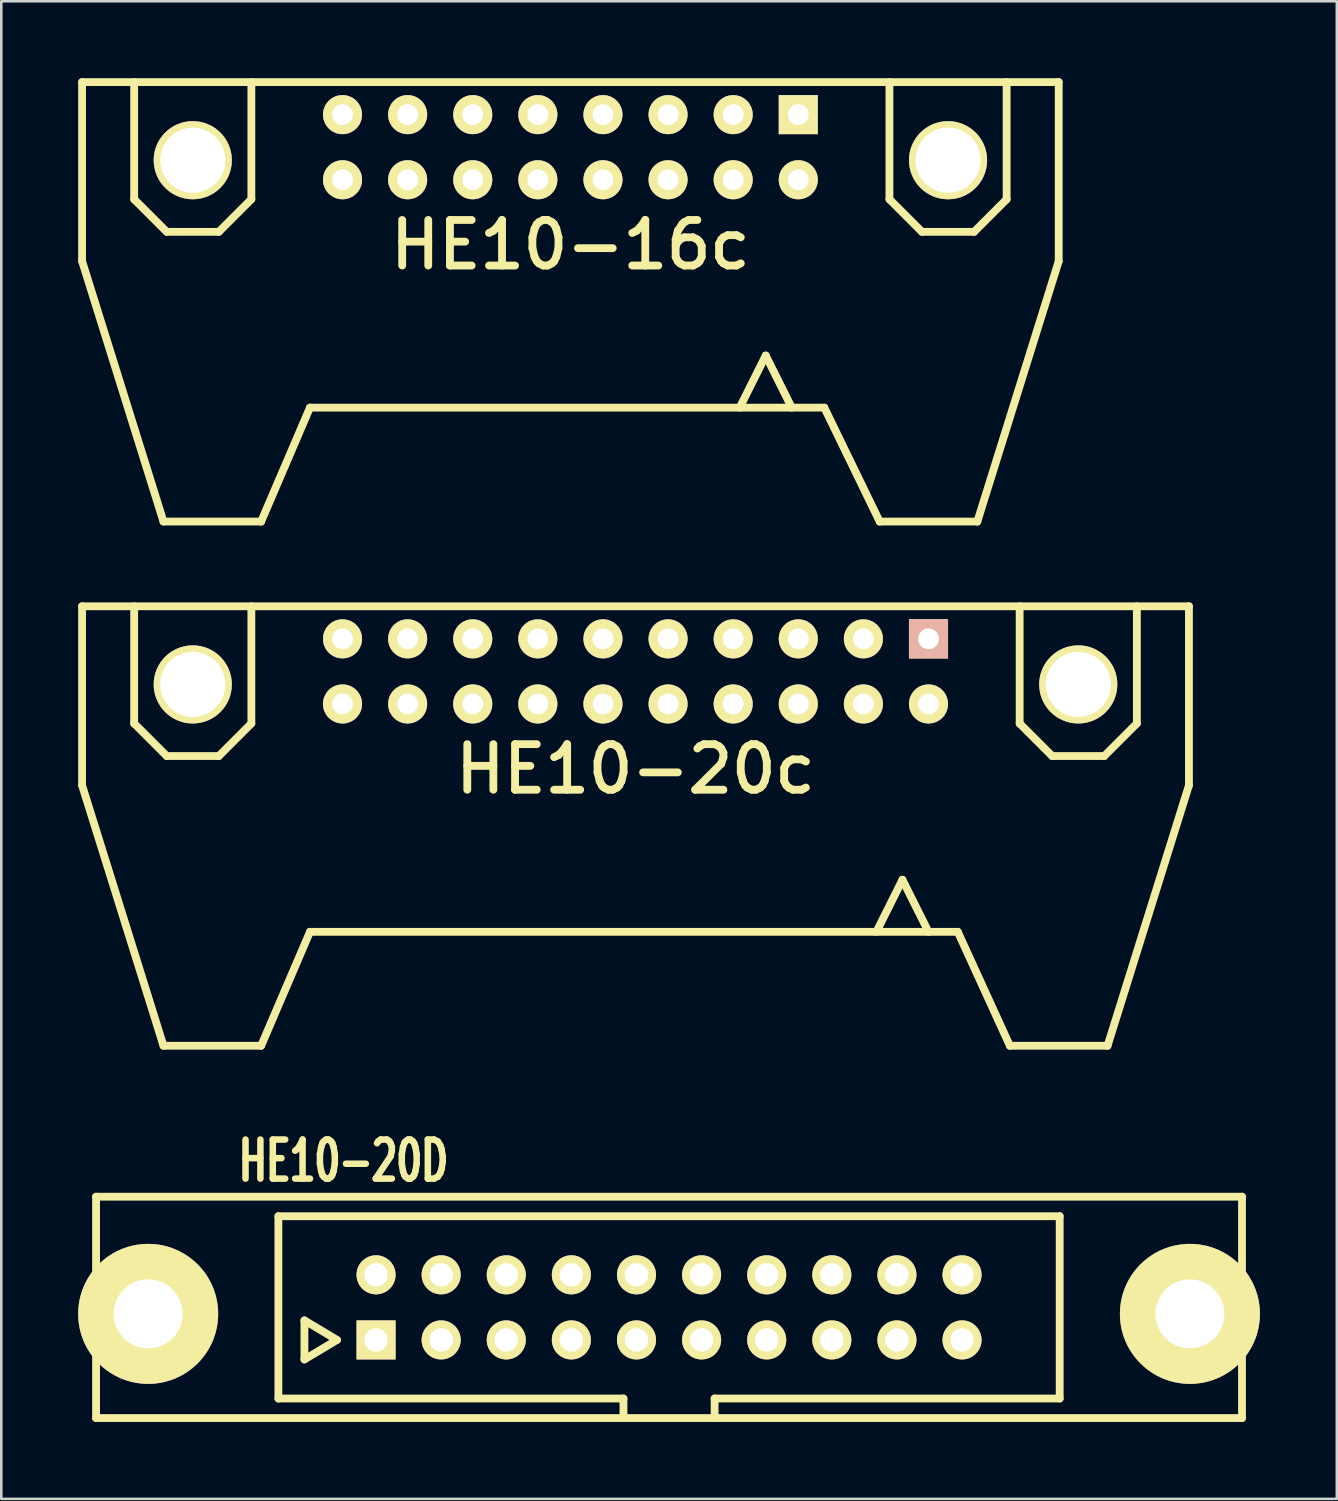
<source format=kicad_pcb>
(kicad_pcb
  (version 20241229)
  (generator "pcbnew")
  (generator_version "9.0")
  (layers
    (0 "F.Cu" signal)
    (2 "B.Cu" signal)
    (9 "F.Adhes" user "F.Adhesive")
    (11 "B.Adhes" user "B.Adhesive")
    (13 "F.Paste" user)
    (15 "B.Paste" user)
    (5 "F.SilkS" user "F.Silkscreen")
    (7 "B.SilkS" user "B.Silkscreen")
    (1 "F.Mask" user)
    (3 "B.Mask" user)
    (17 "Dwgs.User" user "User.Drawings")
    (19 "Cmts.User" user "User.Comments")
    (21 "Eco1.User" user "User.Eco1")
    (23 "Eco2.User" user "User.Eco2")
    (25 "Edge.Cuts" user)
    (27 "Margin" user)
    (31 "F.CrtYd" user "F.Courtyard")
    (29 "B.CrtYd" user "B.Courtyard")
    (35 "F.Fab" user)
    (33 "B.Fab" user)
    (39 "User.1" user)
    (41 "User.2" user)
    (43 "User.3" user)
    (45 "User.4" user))
  (footprint "HE10-20D"
    (layer "F.Cu")
    (at 23.05 47.952)
    (property "Reference" "HE10-20D" (at -12.7 -5.715 0) (layer "F.SilkS") (effects (font (size 1.524 1.016) (thickness 0.254))))
    (attr through_hole)
    (fp_line (start -22.352 -4.318) (end -22.352 4.318) (stroke (width 0.305) (type solid)) (layer "F.SilkS"))
    (fp_line (start -22.352 4.318) (end 22.352 4.318) (stroke (width 0.305) (type solid)) (layer "F.SilkS"))
    (fp_line (start -15.24 -3.556) (end 15.24 -3.556) (stroke (width 0.305) (type solid)) (layer "F.SilkS"))
    (fp_line (start -15.24 3.556) (end -15.24 -3.556) (stroke (width 0.305) (type solid)) (layer "F.SilkS"))
    (fp_line (start -14.224 0.508) (end -14.224 2.032) (stroke (width 0.305) (type solid)) (layer "F.SilkS"))
    (fp_line (start -14.224 2.032) (end -12.954 1.27) (stroke (width 0.305) (type solid)) (layer "F.SilkS"))
    (fp_line (start -12.954 1.27) (end -14.224 0.508) (stroke (width 0.305) (type solid)) (layer "F.SilkS"))
    (fp_line (start -1.778 3.556) (end -15.24 3.556) (stroke (width 0.305) (type solid)) (layer "F.SilkS"))
    (fp_line (start -1.778 4.318) (end -1.778 3.556) (stroke (width 0.305) (type solid)) (layer "F.SilkS"))
    (fp_line (start 1.778 3.556) (end 1.778 4.318) (stroke (width 0.305) (type solid)) (layer "F.SilkS"))
    (fp_line (start 15.24 -3.556) (end 15.24 3.556) (stroke (width 0.305) (type solid)) (layer "F.SilkS"))
    (fp_line (start 15.24 3.556) (end 1.778 3.556) (stroke (width 0.305) (type solid)) (layer "F.SilkS"))
    (fp_line (start 22.352 -4.318) (end -22.352 -4.318) (stroke (width 0.305) (type solid)) (layer "F.SilkS"))
    (fp_line (start 22.352 4.318) (end 22.352 -4.318) (stroke (width 0.305) (type solid)) (layer "F.SilkS"))
    (pad "" thru_hole circle (at -20.32 0.254) (size 5.461 5.461) (drill 2.692) (layers "*.Cu" "*.Mask" "F.SilkS"))
    (pad "" thru_hole circle (at 20.32 0.254) (size 5.461 5.461) (drill 2.692) (layers "*.Cu" "*.Mask" "F.SilkS"))
    (pad "1" thru_hole rect (at -11.43 1.27) (size 1.524 1.524) (drill 0.914) (layers "*.Cu" "*.Mask" "F.SilkS"))
    (pad "2" thru_hole circle (at -11.43 -1.27) (size 1.524 1.524) (drill 0.914) (layers "*.Cu" "*.Mask" "F.SilkS"))
    (pad "3" thru_hole circle (at -8.89 1.27) (size 1.524 1.524) (drill 0.914) (layers "*.Cu" "*.Mask" "F.SilkS"))
    (pad "4" thru_hole circle (at -8.89 -1.27) (size 1.524 1.524) (drill 0.914) (layers "*.Cu" "*.Mask" "F.SilkS"))
    (pad "5" thru_hole circle (at -6.35 1.27) (size 1.524 1.524) (drill 0.914) (layers "*.Cu" "*.Mask" "F.SilkS"))
    (pad "6" thru_hole circle (at -6.35 -1.27) (size 1.524 1.524) (drill 0.914) (layers "*.Cu" "*.Mask" "F.SilkS"))
    (pad "7" thru_hole circle (at -3.81 1.27) (size 1.524 1.524) (drill 0.914) (layers "*.Cu" "*.Mask" "F.SilkS"))
    (pad "8" thru_hole circle (at -3.81 -1.27) (size 1.524 1.524) (drill 0.914) (layers "*.Cu" "*.Mask" "F.SilkS"))
    (pad "9" thru_hole circle (at -1.27 1.27) (size 1.524 1.524) (drill 0.914) (layers "*.Cu" "*.Mask" "F.SilkS"))
    (pad "10" thru_hole circle (at -1.27 -1.27) (size 1.524 1.524) (drill 0.914) (layers "*.Cu" "*.Mask" "F.SilkS"))
    (pad "11" thru_hole circle (at 1.27 1.27) (size 1.524 1.524) (drill 0.914) (layers "*.Cu" "*.Mask" "F.SilkS"))
    (pad "12" thru_hole circle (at 1.27 -1.27) (size 1.524 1.524) (drill 0.914) (layers "*.Cu" "*.Mask" "F.SilkS"))
    (pad "13" thru_hole circle (at 3.81 1.27) (size 1.524 1.524) (drill 0.914) (layers "*.Cu" "*.Mask" "F.SilkS"))
    (pad "14" thru_hole circle (at 3.81 -1.27) (size 1.524 1.524) (drill 0.914) (layers "*.Cu" "*.Mask" "F.SilkS"))
    (pad "15" thru_hole circle (at 6.35 1.27) (size 1.524 1.524) (drill 0.914) (layers "*.Cu" "*.Mask" "F.SilkS"))
    (pad "16" thru_hole circle (at 6.35 -1.27) (size 1.524 1.524) (drill 0.914) (layers "*.Cu" "*.Mask" "F.SilkS"))
    (pad "17" thru_hole circle (at 8.89 1.27) (size 1.524 1.524) (drill 0.914) (layers "*.Cu" "*.Mask" "F.SilkS"))
    (pad "18" thru_hole circle (at 8.89 -1.27) (size 1.524 1.524) (drill 0.914) (layers "*.Cu" "*.Mask" "F.SilkS"))
    (pad "19" thru_hole circle (at 11.43 1.27) (size 1.524 1.524) (drill 0.914) (layers "*.Cu" "*.Mask" "F.SilkS"))
    (pad "20" thru_hole circle (at 11.43 -1.27) (size 1.524 1.524) (drill 0.914) (layers "*.Cu" "*.Mask" "F.SilkS")))
  (footprint "HE10-20c"
    (layer "F.Cu")
    (at 21.742 23.142)
    (property "Reference" "HE10-20c" (at 0 3.81 0) (layer "F.SilkS") (effects (font (size 1.778 1.778) (thickness 0.305))))
    (attr through_hole)
    (fp_line (start -21.59 -2.54) (end -21.59 4.445) (stroke (width 0.305) (type solid)) (layer "F.SilkS"))
    (fp_line (start -21.59 -2.54) (end 21.59 -2.54) (stroke (width 0.305) (type solid)) (layer "F.SilkS"))
    (fp_line (start -21.59 4.445) (end -18.415 14.605) (stroke (width 0.305) (type solid)) (layer "F.SilkS"))
    (fp_line (start -19.558 2.032) (end -19.558 -2.54) (stroke (width 0.305) (type solid)) (layer "F.SilkS"))
    (fp_line (start -18.415 14.605) (end -14.605 14.605) (stroke (width 0.305) (type solid)) (layer "F.SilkS"))
    (fp_line (start -18.288 3.302) (end -19.558 2.032) (stroke (width 0.305) (type solid)) (layer "F.SilkS"))
    (fp_line (start -16.256 3.302) (end -18.288 3.302) (stroke (width 0.305) (type solid)) (layer "F.SilkS"))
    (fp_line (start -14.986 -2.54) (end -14.986 2.032) (stroke (width 0.305) (type solid)) (layer "F.SilkS"))
    (fp_line (start -14.986 2.032) (end -16.256 3.302) (stroke (width 0.305) (type solid)) (layer "F.SilkS"))
    (fp_line (start -14.605 14.605) (end -12.7 10.16) (stroke (width 0.305) (type solid)) (layer "F.SilkS"))
    (fp_line (start -12.7 10.16) (end 12.573 10.16) (stroke (width 0.305) (type solid)) (layer "F.SilkS"))
    (fp_line (start 10.414 8.128) (end 9.398 10.16) (stroke (width 0.305) (type solid)) (layer "F.SilkS"))
    (fp_line (start 11.43 10.16) (end 10.414 8.128) (stroke (width 0.305) (type solid)) (layer "F.SilkS"))
    (fp_line (start 14.605 14.605) (end 12.573 10.16) (stroke (width 0.305) (type solid)) (layer "F.SilkS"))
    (fp_line (start 14.986 2.032) (end 14.986 -2.54) (stroke (width 0.305) (type solid)) (layer "F.SilkS"))
    (fp_line (start 16.256 3.302) (end 14.986 2.032) (stroke (width 0.305) (type solid)) (layer "F.SilkS"))
    (fp_line (start 18.288 3.302) (end 16.256 3.302) (stroke (width 0.305) (type solid)) (layer "F.SilkS"))
    (fp_line (start 18.415 14.605) (end 14.605 14.605) (stroke (width 0.305) (type solid)) (layer "F.SilkS"))
    (fp_line (start 19.558 -2.54) (end 19.558 2.032) (stroke (width 0.305) (type solid)) (layer "F.SilkS"))
    (fp_line (start 19.558 2.032) (end 18.288 3.302) (stroke (width 0.305) (type solid)) (layer "F.SilkS"))
    (fp_line (start 21.59 -2.54) (end 21.59 4.445) (stroke (width 0.305) (type solid)) (layer "F.SilkS"))
    (fp_line (start 21.59 4.445) (end 18.415 14.605) (stroke (width 0.305) (type solid)) (layer "F.SilkS"))
    (pad "0" thru_hole circle (at -17.272 0.508) (size 3.048 3.048) (drill 2.54) (layers "*.Cu" "*.Mask" "F.SilkS"))
    (pad "0" thru_hole circle (at 17.272 0.508) (size 3.048 3.048) (drill 2.54) (layers "*.Cu" "*.Mask" "F.SilkS"))
    (pad "1" thru_hole rect (at 11.43 -1.27) (size 1.524 1.524) (drill 0.813) (layers "*.Cu" "*.SilkS" "*.Mask"))
    (pad "2" thru_hole circle (at 11.43 1.27) (size 1.524 1.524) (drill 0.813) (layers "*.Cu" "*.Mask" "F.SilkS"))
    (pad "3" thru_hole circle (at 8.89 -1.27) (size 1.524 1.524) (drill 0.813) (layers "*.Cu" "*.Mask" "F.SilkS"))
    (pad "4" thru_hole circle (at 8.89 1.27) (size 1.524 1.524) (drill 0.813) (layers "*.Cu" "*.Mask" "F.SilkS"))
    (pad "5" thru_hole circle (at 6.35 -1.27) (size 1.524 1.524) (drill 0.813) (layers "*.Cu" "*.Mask" "F.SilkS"))
    (pad "6" thru_hole circle (at 6.35 1.27) (size 1.524 1.524) (drill 0.813) (layers "*.Cu" "*.Mask" "F.SilkS"))
    (pad "7" thru_hole circle (at 3.81 -1.27) (size 1.524 1.524) (drill 0.813) (layers "*.Cu" "*.Mask" "F.SilkS"))
    (pad "8" thru_hole circle (at 3.81 1.27) (size 1.524 1.524) (drill 0.813) (layers "*.Cu" "*.Mask" "F.SilkS"))
    (pad "9" thru_hole circle (at 1.27 -1.27) (size 1.524 1.524) (drill 0.813) (layers "*.Cu" "*.Mask" "F.SilkS"))
    (pad "10" thru_hole circle (at 1.27 1.27) (size 1.524 1.524) (drill 0.813) (layers "*.Cu" "*.Mask" "F.SilkS"))
    (pad "11" thru_hole circle (at -1.27 -1.27) (size 1.524 1.524) (drill 0.813) (layers "*.Cu" "*.Mask" "F.SilkS"))
    (pad "12" thru_hole circle (at -1.27 1.27) (size 1.524 1.524) (drill 0.813) (layers "*.Cu" "*.Mask" "F.SilkS"))
    (pad "13" thru_hole circle (at -3.81 -1.27) (size 1.524 1.524) (drill 0.813) (layers "*.Cu" "*.Mask" "F.SilkS"))
    (pad "14" thru_hole circle (at -3.81 1.27) (size 1.524 1.524) (drill 0.813) (layers "*.Cu" "*.Mask" "F.SilkS"))
    (pad "15" thru_hole circle (at -6.35 -1.27) (size 1.524 1.524) (drill 0.813) (layers "*.Cu" "*.Mask" "F.SilkS"))
    (pad "16" thru_hole circle (at -6.35 1.27) (size 1.524 1.524) (drill 0.813) (layers "*.Cu" "*.Mask" "F.SilkS"))
    (pad "17" thru_hole circle (at -8.89 -1.27) (size 1.524 1.524) (drill 0.813) (layers "*.Cu" "*.Mask" "F.SilkS"))
    (pad "18" thru_hole circle (at -8.89 1.27) (size 1.524 1.524) (drill 0.813) (layers "*.Cu" "*.Mask" "F.SilkS"))
    (pad "19" thru_hole circle (at -11.43 -1.27) (size 1.524 1.524) (drill 0.813) (layers "*.Cu" "*.Mask" "F.SilkS"))
    (pad "20" thru_hole circle (at -11.43 1.27) (size 1.524 1.524) (drill 0.813) (layers "*.Cu" "*.Mask" "F.SilkS")))
  (footprint "HE10-16c"
    (layer "F.Cu")
    (at 19.202 2.692)
    (property "Reference" "HE10-16c" (at 0 3.81 0) (layer "F.SilkS") (effects (font (size 1.778 1.778) (thickness 0.305))))
    (attr through_hole)
    (fp_line (start -19.05 -2.54) (end -19.05 4.445) (stroke (width 0.305) (type solid)) (layer "F.SilkS"))
    (fp_line (start -19.05 -2.54) (end 19.05 -2.54) (stroke (width 0.305) (type solid)) (layer "F.SilkS"))
    (fp_line (start -19.05 4.445) (end -15.875 14.605) (stroke (width 0.305) (type solid)) (layer "F.SilkS"))
    (fp_line (start -17.018 2.032) (end -17.018 -2.54) (stroke (width 0.305) (type solid)) (layer "F.SilkS"))
    (fp_line (start -15.875 14.605) (end -12.065 14.605) (stroke (width 0.305) (type solid)) (layer "F.SilkS"))
    (fp_line (start -15.748 3.302) (end -17.018 2.032) (stroke (width 0.305) (type solid)) (layer "F.SilkS"))
    (fp_line (start -13.716 3.302) (end -15.748 3.302) (stroke (width 0.305) (type solid)) (layer "F.SilkS"))
    (fp_line (start -12.446 -2.54) (end -12.446 2.032) (stroke (width 0.305) (type solid)) (layer "F.SilkS"))
    (fp_line (start -12.446 2.032) (end -13.716 3.302) (stroke (width 0.305) (type solid)) (layer "F.SilkS"))
    (fp_line (start -12.065 14.605) (end -10.16 10.16) (stroke (width 0.305) (type solid)) (layer "F.SilkS"))
    (fp_line (start -10.16 10.16) (end 9.906 10.16) (stroke (width 0.305) (type solid)) (layer "F.SilkS"))
    (fp_line (start 7.62 8.128) (end 6.604 10.16) (stroke (width 0.305) (type solid)) (layer "F.SilkS"))
    (fp_line (start 8.636 10.16) (end 7.62 8.128) (stroke (width 0.305) (type solid)) (layer "F.SilkS"))
    (fp_line (start 12.065 14.605) (end 9.906 10.16) (stroke (width 0.305) (type solid)) (layer "F.SilkS"))
    (fp_line (start 12.446 2.032) (end 12.446 -2.54) (stroke (width 0.305) (type solid)) (layer "F.SilkS"))
    (fp_line (start 13.716 3.302) (end 12.446 2.032) (stroke (width 0.305) (type solid)) (layer "F.SilkS"))
    (fp_line (start 15.748 3.302) (end 13.716 3.302) (stroke (width 0.305) (type solid)) (layer "F.SilkS"))
    (fp_line (start 15.875 14.605) (end 12.065 14.605) (stroke (width 0.305) (type solid)) (layer "F.SilkS"))
    (fp_line (start 17.018 -2.54) (end 17.018 2.032) (stroke (width 0.305) (type solid)) (layer "F.SilkS"))
    (fp_line (start 17.018 2.032) (end 15.748 3.302) (stroke (width 0.305) (type solid)) (layer "F.SilkS"))
    (fp_line (start 19.05 -2.54) (end 19.05 4.445) (stroke (width 0.305) (type solid)) (layer "F.SilkS"))
    (fp_line (start 19.05 4.445) (end 15.875 14.605) (stroke (width 0.305) (type solid)) (layer "F.SilkS"))
    (pad "0" thru_hole circle (at -14.732 0.508) (size 3.048 3.048) (drill 2.54) (layers "*.Cu" "*.Mask" "F.SilkS"))
    (pad "0" thru_hole circle (at 14.732 0.508) (size 3.048 3.048) (drill 2.54) (layers "*.Cu" "*.Mask" "F.SilkS"))
    (pad "1" thru_hole rect (at 8.89 -1.27) (size 1.524 1.524) (drill 0.813) (layers "*.Cu" "*.Mask" "F.SilkS"))
    (pad "2" thru_hole circle (at 8.89 1.27) (size 1.524 1.524) (drill 0.813) (layers "*.Cu" "*.Mask" "F.SilkS"))
    (pad "3" thru_hole circle (at 6.35 -1.27) (size 1.524 1.524) (drill 0.813) (layers "*.Cu" "*.Mask" "F.SilkS"))
    (pad "4" thru_hole circle (at 6.35 1.27) (size 1.524 1.524) (drill 0.813) (layers "*.Cu" "*.Mask" "F.SilkS"))
    (pad "5" thru_hole circle (at 3.81 -1.27) (size 1.524 1.524) (drill 0.813) (layers "*.Cu" "*.Mask" "F.SilkS"))
    (pad "6" thru_hole circle (at 3.81 1.27) (size 1.524 1.524) (drill 0.813) (layers "*.Cu" "*.Mask" "F.SilkS"))
    (pad "7" thru_hole circle (at 1.27 -1.27) (size 1.524 1.524) (drill 0.813) (layers "*.Cu" "*.Mask" "F.SilkS"))
    (pad "8" thru_hole circle (at 1.27 1.27) (size 1.524 1.524) (drill 0.813) (layers "*.Cu" "*.Mask" "F.SilkS"))
    (pad "9" thru_hole circle (at -1.27 -1.27) (size 1.524 1.524) (drill 0.813) (layers "*.Cu" "*.Mask" "F.SilkS"))
    (pad "10" thru_hole circle (at -1.27 1.27) (size 1.524 1.524) (drill 0.813) (layers "*.Cu" "*.Mask" "F.SilkS"))
    (pad "11" thru_hole circle (at -3.81 -1.27) (size 1.524 1.524) (drill 0.813) (layers "*.Cu" "*.Mask" "F.SilkS"))
    (pad "12" thru_hole circle (at -3.81 1.27) (size 1.524 1.524) (drill 0.813) (layers "*.Cu" "*.Mask" "F.SilkS"))
    (pad "13" thru_hole circle (at -6.35 -1.27) (size 1.524 1.524) (drill 0.813) (layers "*.Cu" "*.Mask" "F.SilkS"))
    (pad "14" thru_hole circle (at -6.35 1.27) (size 1.524 1.524) (drill 0.813) (layers "*.Cu" "*.Mask" "F.SilkS"))
    (pad "15" thru_hole circle (at -8.89 -1.27) (size 1.524 1.524) (drill 0.813) (layers "*.Cu" "*.Mask" "F.SilkS"))
    (pad "16" thru_hole circle (at -8.89 1.27) (size 1.524 1.524) (drill 0.813) (layers "*.Cu" "*.Mask" "F.SilkS")))
  (gr_rect
    (start -3 -3)
    (end 49.101 55.422)
    (stroke (width 0.1) (type default))
    (fill no)
    (layer "Edge.Cuts")))
</source>
